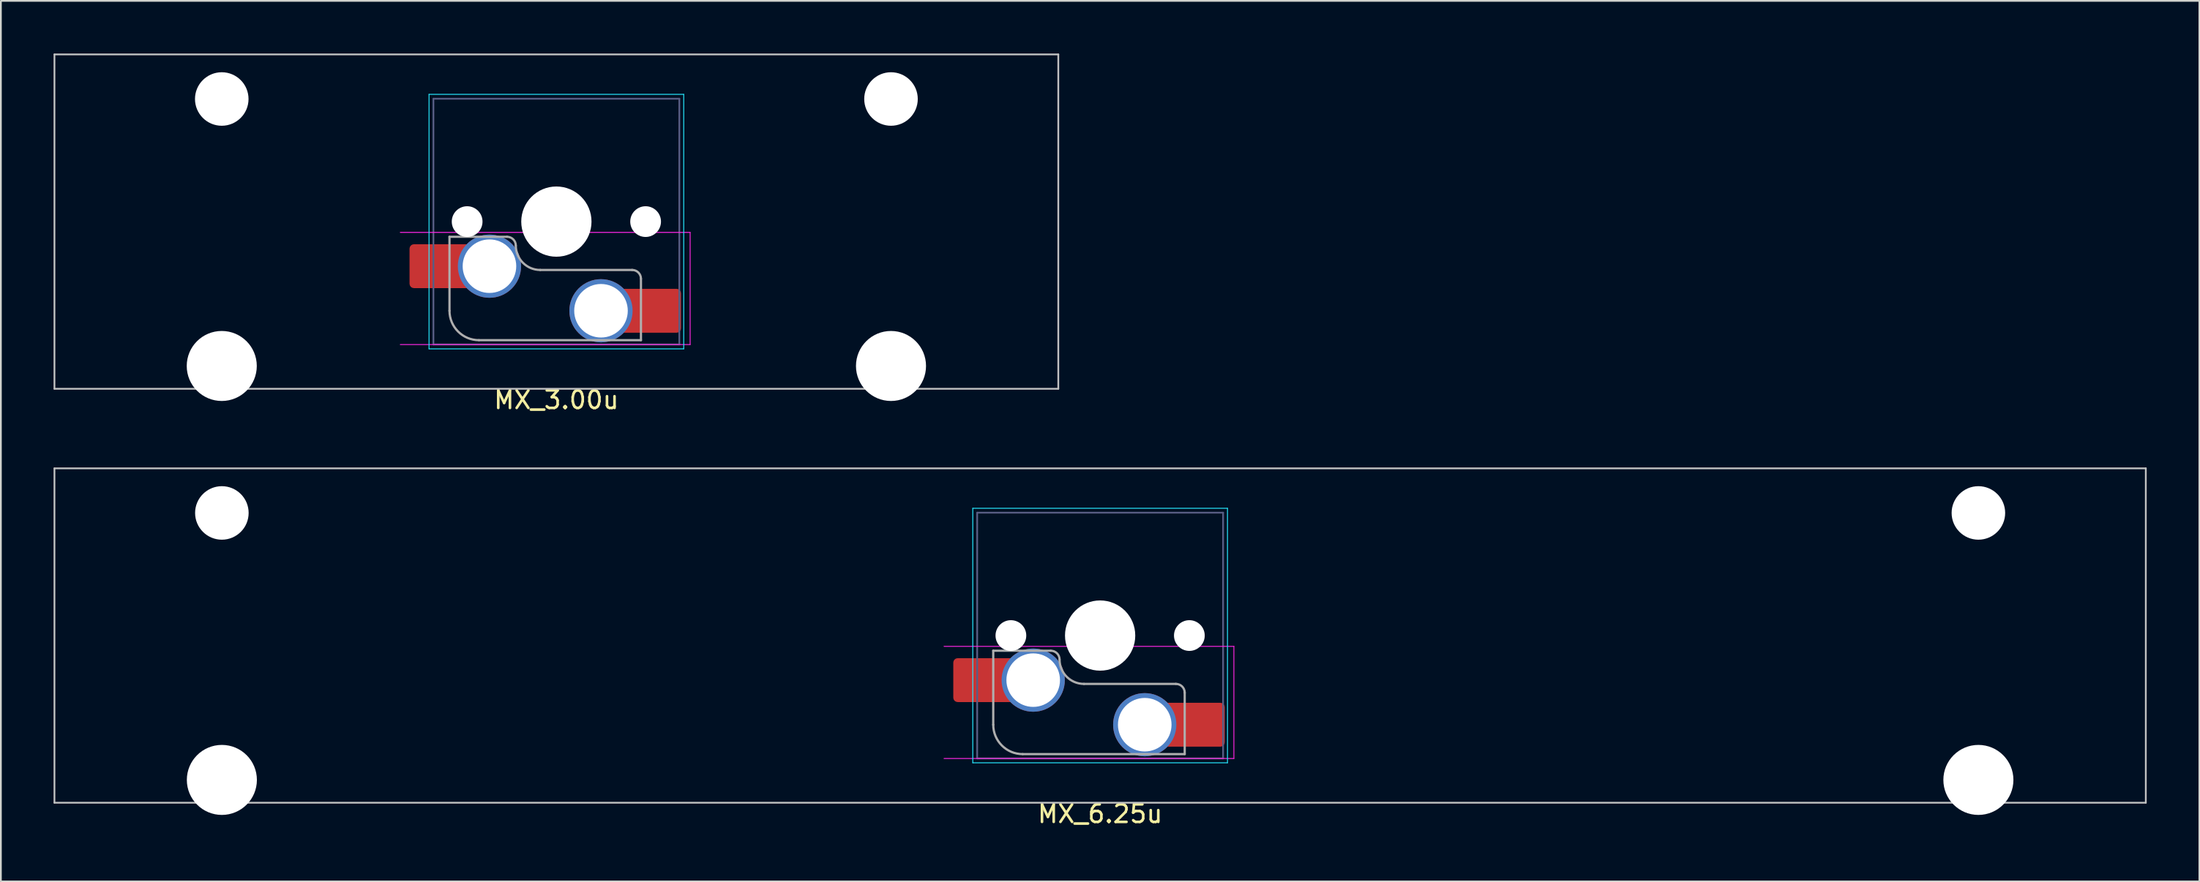
<source format=kicad_pcb>
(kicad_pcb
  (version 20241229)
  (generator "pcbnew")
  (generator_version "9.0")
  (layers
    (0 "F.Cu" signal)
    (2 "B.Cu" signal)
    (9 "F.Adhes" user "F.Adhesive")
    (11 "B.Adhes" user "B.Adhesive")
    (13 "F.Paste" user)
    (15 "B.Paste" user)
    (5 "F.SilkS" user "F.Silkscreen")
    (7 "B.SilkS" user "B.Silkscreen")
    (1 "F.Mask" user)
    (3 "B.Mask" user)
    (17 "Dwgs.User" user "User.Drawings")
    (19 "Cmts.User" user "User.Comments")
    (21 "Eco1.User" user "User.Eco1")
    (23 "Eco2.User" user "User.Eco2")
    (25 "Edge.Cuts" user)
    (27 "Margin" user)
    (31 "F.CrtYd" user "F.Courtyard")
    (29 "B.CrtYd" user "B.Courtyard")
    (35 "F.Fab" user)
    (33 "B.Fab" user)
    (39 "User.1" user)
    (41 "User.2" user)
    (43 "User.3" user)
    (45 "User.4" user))
  (footprint "MX_3.00u"
    (layer "F.Cu")
    (at 27.99 13.385)
    (property "Reference" "MX_3.00u" (at 0.635 6.35 0) (layer "F.SilkS") (effects (font (size 1 1) (thickness 0.15))))
    (attr smd)
    (fp_line (start -27.94 -13.335) (end -27.94 5.715) (stroke (width 0.1) (type solid)) (layer "Dwgs.User"))
    (fp_line (start -27.94 5.715) (end 29.21 5.715) (stroke (width 0.1) (type solid)) (layer "Dwgs.User"))
    (fp_line (start 29.21 -13.335) (end -27.94 -13.335) (stroke (width 0.1) (type solid)) (layer "Dwgs.User"))
    (fp_line (start 29.21 5.715) (end 29.21 -13.335) (stroke (width 0.1) (type solid)) (layer "Dwgs.User"))
    (fp_line (start -21.79 -9.34) (end -21.79 2.96) (stroke (width 0.1) (type solid)) (layer "Eco1.User"))
    (fp_line (start -21.79 2.96) (end -15.04 2.96) (stroke (width 0.1) (type solid)) (layer "Eco1.User"))
    (fp_line (start -15.04 -9.34) (end -21.79 -9.34) (stroke (width 0.1) (type solid)) (layer "Eco1.User"))
    (fp_line (start -15.04 2.96) (end -15.04 -9.34) (stroke (width 0.1) (type solid)) (layer "Eco1.User"))
    (fp_line (start 16.31 -9.34) (end 16.31 2.96) (stroke (width 0.1) (type solid)) (layer "Eco1.User"))
    (fp_line (start 16.31 2.96) (end 23.06 2.96) (stroke (width 0.1) (type solid)) (layer "Eco1.User"))
    (fp_line (start 23.06 -9.34) (end 16.31 -9.34) (stroke (width 0.1) (type solid)) (layer "Eco1.User"))
    (fp_line (start 23.06 2.96) (end 23.06 -9.34) (stroke (width 0.1) (type solid)) (layer "Eco1.User"))
    (fp_line (start -6.615 -11.06) (end -6.615 3.44) (stroke (width 0.05) (type solid)) (layer "B.CrtYd"))
    (fp_line (start -6.615 3.44) (end 7.885 3.44) (stroke (width 0.05) (type solid)) (layer "B.CrtYd"))
    (fp_line (start 7.885 -11.06) (end -6.615 -11.06) (stroke (width 0.05) (type solid)) (layer "B.CrtYd"))
    (fp_line (start 7.885 3.44) (end 7.885 -11.06) (stroke (width 0.05) (type solid)) (layer "B.CrtYd"))
    (fp_line (start -8.25 -3.195) (end 8.25 -3.195) (stroke (width 0.05) (type solid)) (layer "F.CrtYd"))
    (fp_line (start 8.25 -3.195) (end 8.25 3.195) (stroke (width 0.05) (type solid)) (layer "F.CrtYd"))
    (fp_line (start 8.25 3.195) (end -8.25 3.195) (stroke (width 0.05) (type solid)) (layer "F.CrtYd"))
    (fp_line (start -6.365 -10.81) (end -6.365 3.19) (stroke (width 0.1) (type solid)) (layer "B.Fab"))
    (fp_line (start -6.365 3.19) (end 7.635 3.19) (stroke (width 0.1) (type solid)) (layer "B.Fab"))
    (fp_line (start 7.635 -10.81) (end -6.365 -10.81) (stroke (width 0.1) (type solid)) (layer "B.Fab"))
    (fp_line (start 7.635 3.19) (end 7.635 -10.81) (stroke (width 0.1) (type solid)) (layer "B.Fab"))
    (fp_line (start -5.45 -2.945) (end -2.175 -2.945) (stroke (width 0.127) (type solid)) (layer "F.Fab"))
    (fp_line (start -5.45 1.27) (end -5.45 -2.945) (stroke (width 0.127) (type solid)) (layer "F.Fab"))
    (fp_line (start -0.285 -1.055) (end 4.95 -1.055) (stroke (width 0.127) (type solid)) (layer "F.Fab"))
    (fp_line (start 5.45 -0.555) (end 5.45 2.945) (stroke (width 0.127) (type solid)) (layer "F.Fab"))
    (fp_line (start 5.45 2.945) (end -3.775 2.945) (stroke (width 0.127) (type solid)) (layer "F.Fab"))
    (fp_arc (start -3.775 2.945) (mid -4.959404 2.454404) (end -5.45 1.27) (stroke (width 0.127) (type solid)) (layer "F.Fab"))
    (fp_arc (start -2.175 -2.945) (mid -1.821447 -2.798553) (end -1.675 -2.445) (stroke (width 0.127) (type solid)) (layer "F.Fab"))
    (fp_arc (start -0.285 -1.055) (mid -1.267878 -1.462122) (end -1.675 -2.445) (stroke (width 0.127) (type solid)) (layer "F.Fab"))
    (fp_arc (start 4.95 -1.055) (mid 5.303553 -0.908553) (end 5.45 -0.555) (stroke (width 0.127) (type solid)) (layer "F.Fab"))
    (pad "" np_thru_hole circle (at -18.415 -10.795) (size 3.048 3.048) (drill 3.048) (layers "*.Cu" "*.Mask"))
    (pad "" np_thru_hole circle (at -18.415 4.415) (size 3.988 3.988) (drill 3.988) (layers "*.Cu" "*.Mask"))
    (pad "" np_thru_hole circle (at -4.445 -3.81 180) (size 1.75 1.75) (drill 1.75) (layers "*.Cu" "*.Mask"))
    (pad "" np_thru_hole circle (at 0.635 -3.81 180) (size 4 4) (drill 4) (layers "*.Cu" "*.Mask"))
    (pad "" np_thru_hole circle (at 5.715 -3.81 180) (size 1.75 1.75) (drill 1.75) (layers "*.Cu" "*.Mask"))
    (pad "" np_thru_hole circle (at 19.685 -10.795) (size 3.048 3.048) (drill 3.048) (layers "*.Cu" "*.Mask"))
    (pad "" np_thru_hole circle (at 19.685 4.415) (size 3.988 3.988) (drill 3.988) (layers "*.Cu" "*.Mask"))
    (pad "1" smd roundrect (at -5.95 -1.27 180) (size 3.55 2.5) (layers "F.Cu") (roundrect_rratio 0.1))
    (pad "1" thru_hole circle (at -3.175 -1.27 180) (size 3.6 3.6) (drill 3.05) (layers "*.Cu" "*.Mask"))
    (pad "2" thru_hole circle (at 3.175 1.27 180) (size 3.6 3.6) (drill 3.05) (layers "*.Cu" "*.Mask"))
    (pad "2" smd roundrect (at 5.955 1.27 180) (size 3.55 2.5) (layers "F.Cu") (roundrect_rratio 0.1)))
  (footprint "MX_6.25u"
    (layer "F.Cu")
    (at 58.946 36.968)
    (property "Reference" "MX_6.25u" (at 0.635 6.35 0) (layer "F.SilkS") (effects (font (size 1 1) (thickness 0.15))))
    (attr smd)
    (fp_line (start -58.896 -13.335) (end -58.896 5.715) (stroke (width 0.1) (type solid)) (layer "Dwgs.User"))
    (fp_line (start -58.896 5.715) (end 60.166 5.715) (stroke (width 0.1) (type solid)) (layer "Dwgs.User"))
    (fp_line (start 60.166 -13.335) (end -58.896 -13.335) (stroke (width 0.1) (type solid)) (layer "Dwgs.User"))
    (fp_line (start 60.166 5.715) (end 60.166 -13.335) (stroke (width 0.1) (type solid)) (layer "Dwgs.User"))
    (fp_line (start -52.74 -9.34) (end -52.74 2.96) (stroke (width 0.1) (type solid)) (layer "Eco1.User"))
    (fp_line (start -52.74 2.96) (end -45.99 2.96) (stroke (width 0.1) (type solid)) (layer "Eco1.User"))
    (fp_line (start -45.99 -9.34) (end -52.74 -9.34) (stroke (width 0.1) (type solid)) (layer "Eco1.User"))
    (fp_line (start -45.99 2.96) (end -45.99 -9.34) (stroke (width 0.1) (type solid)) (layer "Eco1.User"))
    (fp_line (start 47.26 -9.34) (end 47.26 2.96) (stroke (width 0.1) (type solid)) (layer "Eco1.User"))
    (fp_line (start 47.26 2.96) (end 54.01 2.96) (stroke (width 0.1) (type solid)) (layer "Eco1.User"))
    (fp_line (start 54.01 -9.34) (end 47.26 -9.34) (stroke (width 0.1) (type solid)) (layer "Eco1.User"))
    (fp_line (start 54.01 2.96) (end 54.01 -9.34) (stroke (width 0.1) (type solid)) (layer "Eco1.User"))
    (fp_line (start -6.615 -11.06) (end -6.615 3.44) (stroke (width 0.05) (type solid)) (layer "B.CrtYd"))
    (fp_line (start -6.615 3.44) (end 7.885 3.44) (stroke (width 0.05) (type solid)) (layer "B.CrtYd"))
    (fp_line (start 7.885 -11.06) (end -6.615 -11.06) (stroke (width 0.05) (type solid)) (layer "B.CrtYd"))
    (fp_line (start 7.885 3.44) (end 7.885 -11.06) (stroke (width 0.05) (type solid)) (layer "B.CrtYd"))
    (fp_line (start -8.25 -3.195) (end 8.25 -3.195) (stroke (width 0.05) (type solid)) (layer "F.CrtYd"))
    (fp_line (start 8.25 -3.195) (end 8.25 3.195) (stroke (width 0.05) (type solid)) (layer "F.CrtYd"))
    (fp_line (start 8.25 3.195) (end -8.25 3.195) (stroke (width 0.05) (type solid)) (layer "F.CrtYd"))
    (fp_line (start -6.365 -10.81) (end -6.365 3.19) (stroke (width 0.1) (type solid)) (layer "B.Fab"))
    (fp_line (start -6.365 3.19) (end 7.635 3.19) (stroke (width 0.1) (type solid)) (layer "B.Fab"))
    (fp_line (start 7.635 -10.81) (end -6.365 -10.81) (stroke (width 0.1) (type solid)) (layer "B.Fab"))
    (fp_line (start 7.635 3.19) (end 7.635 -10.81) (stroke (width 0.1) (type solid)) (layer "B.Fab"))
    (fp_line (start -5.45 -2.945) (end -2.175 -2.945) (stroke (width 0.127) (type solid)) (layer "F.Fab"))
    (fp_line (start -5.45 1.27) (end -5.45 -2.945) (stroke (width 0.127) (type solid)) (layer "F.Fab"))
    (fp_line (start -0.285 -1.055) (end 4.95 -1.055) (stroke (width 0.127) (type solid)) (layer "F.Fab"))
    (fp_line (start 5.45 -0.555) (end 5.45 2.945) (stroke (width 0.127) (type solid)) (layer "F.Fab"))
    (fp_line (start 5.45 2.945) (end -3.775 2.945) (stroke (width 0.127) (type solid)) (layer "F.Fab"))
    (fp_arc (start -3.775 2.945) (mid -4.959404 2.454404) (end -5.45 1.27) (stroke (width 0.127) (type solid)) (layer "F.Fab"))
    (fp_arc (start -2.175 -2.945) (mid -1.821447 -2.798553) (end -1.675 -2.445) (stroke (width 0.127) (type solid)) (layer "F.Fab"))
    (fp_arc (start -0.285 -1.055) (mid -1.267878 -1.462122) (end -1.675 -2.445) (stroke (width 0.127) (type solid)) (layer "F.Fab"))
    (fp_arc (start 4.95 -1.055) (mid 5.303553 -0.908553) (end 5.45 -0.555) (stroke (width 0.127) (type solid)) (layer "F.Fab"))
    (pad "" np_thru_hole circle (at -49.365 -10.795) (size 3.048 3.048) (drill 3.048) (layers "*.Cu" "*.Mask"))
    (pad "" np_thru_hole circle (at -49.365 4.415) (size 3.988 3.988) (drill 3.988) (layers "*.Cu" "*.Mask"))
    (pad "" np_thru_hole circle (at -4.445 -3.81 180) (size 1.75 1.75) (drill 1.75) (layers "*.Cu" "*.Mask"))
    (pad "" np_thru_hole circle (at 0.635 -3.81 180) (size 4 4) (drill 4) (layers "*.Cu" "*.Mask"))
    (pad "" np_thru_hole circle (at 5.715 -3.81 180) (size 1.75 1.75) (drill 1.75) (layers "*.Cu" "*.Mask"))
    (pad "" np_thru_hole circle (at 50.635 -10.795) (size 3.048 3.048) (drill 3.048) (layers "*.Cu" "*.Mask"))
    (pad "" np_thru_hole circle (at 50.635 4.415) (size 3.988 3.988) (drill 3.988) (layers "*.Cu" "*.Mask"))
    (pad "1" smd roundrect (at -5.95 -1.27 180) (size 3.55 2.5) (layers "F.Cu") (roundrect_rratio 0.1))
    (pad "1" thru_hole circle (at -3.175 -1.27 180) (size 3.6 3.6) (drill 3.05) (layers "*.Cu" "*.Mask"))
    (pad "2" thru_hole circle (at 3.175 1.27 180) (size 3.6 3.6) (drill 3.05) (layers "*.Cu" "*.Mask"))
    (pad "2" smd roundrect (at 5.955 1.27 180) (size 3.55 2.5) (layers "F.Cu") (roundrect_rratio 0.1)))
  (gr_rect
    (start -3 -3)
    (end 122.162 47.166)
    (stroke (width 0.1) (type default))
    (fill no)
    (layer "Edge.Cuts")))
</source>
